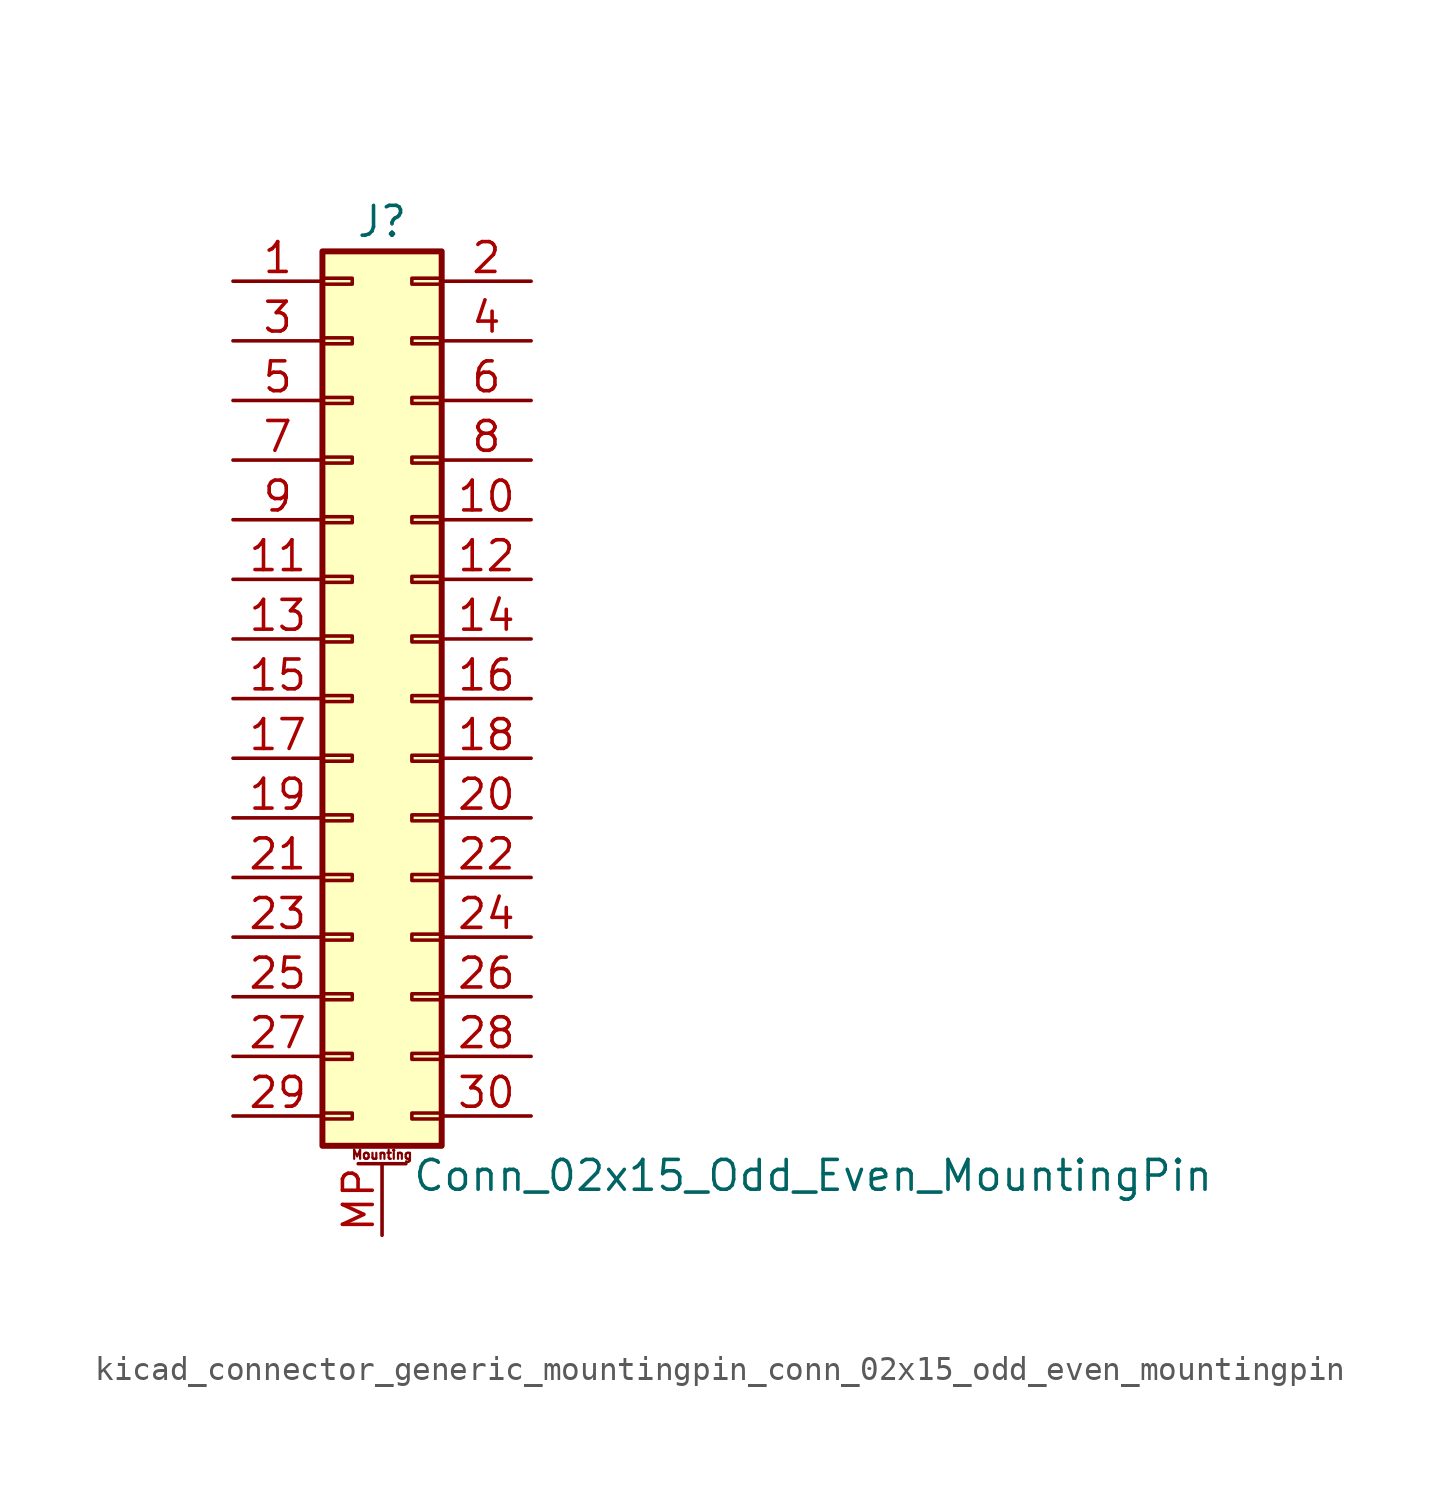
<source format=kicad_sym>
(kicad_symbol_lib
  (version 20220914)
  (generator kicad_symbol_editor)
  (symbol "kicad_connector_generic_mountingpin_conn_02x15_odd_even_mountingpin"
    (pin_names
      (offset 1.016) hide)
    (property "Reference" "J"
      (at 1.27 20.32 0)
      (effects (font (size 1.27 1.27))))
    (property "Value" "Conn_02x15_Odd_Even_MountingPin"
      (at 2.54 -20.32 0)
      (effects (font (size 1.27 1.27)) (justify left)))
    (symbol "kicad_connector_generic_mountingpin_conn_02x15_odd_even_mountingpin_1_1"
      (rectangle (start -1.27 -17.653) (end 0 -17.907) (stroke (width 0.152) (type default)) (fill (type none)))
      (rectangle (start -1.27 -15.113) (end 0 -15.367) (stroke (width 0.152) (type default)) (fill (type none)))
      (rectangle (start -1.27 -12.573) (end 0 -12.827) (stroke (width 0.152) (type default)) (fill (type none)))
      (rectangle (start -1.27 -10.033) (end 0 -10.287) (stroke (width 0.152) (type default)) (fill (type none)))
      (rectangle (start -1.27 -7.493) (end 0 -7.747) (stroke (width 0.152) (type default)) (fill (type none)))
      (rectangle (start -1.27 -4.953) (end 0 -5.207) (stroke (width 0.152) (type default)) (fill (type none)))
      (rectangle (start -1.27 -2.413) (end 0 -2.667) (stroke (width 0.152) (type default)) (fill (type none)))
      (rectangle (start -1.27 0.127) (end 0 -0.127) (stroke (width 0.152) (type default)) (fill (type none)))
      (rectangle (start -1.27 2.667) (end 0 2.413) (stroke (width 0.152) (type default)) (fill (type none)))
      (rectangle (start -1.27 5.207) (end 0 4.953) (stroke (width 0.152) (type default)) (fill (type none)))
      (rectangle (start -1.27 7.747) (end 0 7.493) (stroke (width 0.152) (type default)) (fill (type none)))
      (rectangle (start -1.27 10.287) (end 0 10.033) (stroke (width 0.152) (type default)) (fill (type none)))
      (rectangle (start -1.27 12.827) (end 0 12.573) (stroke (width 0.152) (type default)) (fill (type none)))
      (rectangle (start -1.27 15.367) (end 0 15.113) (stroke (width 0.152) (type default)) (fill (type none)))
      (rectangle (start -1.27 17.907) (end 0 17.653) (stroke (width 0.152) (type default)) (fill (type none)))
      (rectangle (start -1.27 19.05) (end 3.81 -19.05) (stroke (width 0.254) (type default)) (fill (type background)))
      (polyline (pts (xy 0.254 -19.812) (xy 2.286 -19.812)) (stroke (width 0.152) (type default)) (fill (type none)))
      (rectangle (start 3.81 -17.653) (end 2.54 -17.907) (stroke (width 0.152) (type default)) (fill (type none)))
      (rectangle (start 3.81 -15.113) (end 2.54 -15.367) (stroke (width 0.152) (type default)) (fill (type none)))
      (rectangle (start 3.81 -12.573) (end 2.54 -12.827) (stroke (width 0.152) (type default)) (fill (type none)))
      (rectangle (start 3.81 -10.033) (end 2.54 -10.287) (stroke (width 0.152) (type default)) (fill (type none)))
      (rectangle (start 3.81 -7.493) (end 2.54 -7.747) (stroke (width 0.152) (type default)) (fill (type none)))
      (rectangle (start 3.81 -4.953) (end 2.54 -5.207) (stroke (width 0.152) (type default)) (fill (type none)))
      (rectangle (start 3.81 -2.413) (end 2.54 -2.667) (stroke (width 0.152) (type default)) (fill (type none)))
      (rectangle (start 3.81 0.127) (end 2.54 -0.127) (stroke (width 0.152) (type default)) (fill (type none)))
      (rectangle (start 3.81 2.667) (end 2.54 2.413) (stroke (width 0.152) (type default)) (fill (type none)))
      (rectangle (start 3.81 5.207) (end 2.54 4.953) (stroke (width 0.152) (type default)) (fill (type none)))
      (rectangle (start 3.81 7.747) (end 2.54 7.493) (stroke (width 0.152) (type default)) (fill (type none)))
      (rectangle (start 3.81 10.287) (end 2.54 10.033) (stroke (width 0.152) (type default)) (fill (type none)))
      (rectangle (start 3.81 12.827) (end 2.54 12.573) (stroke (width 0.152) (type default)) (fill (type none)))
      (rectangle (start 3.81 15.367) (end 2.54 15.113) (stroke (width 0.152) (type default)) (fill (type none)))
      (rectangle (start 3.81 17.907) (end 2.54 17.653) (stroke (width 0.152) (type default)) (fill (type none)))
      (text "Mounting" (at 1.27 -19.431 0) (effects (font (size 0.381 0.381))))
      (pin passive line (at -5.08 17.78 0) (length 3.81) (name "Pin_1" (effects (font (size 1.27 1.27)))) (number "1" (effects (font (size 1.27 1.27)))))
      (pin passive line (at 7.62 7.62 180) (length 3.81) (name "Pin_10" (effects (font (size 1.27 1.27)))) (number "10" (effects (font (size 1.27 1.27)))))
      (pin passive line (at -5.08 5.08 0) (length 3.81) (name "Pin_11" (effects (font (size 1.27 1.27)))) (number "11" (effects (font (size 1.27 1.27)))))
      (pin passive line (at 7.62 5.08 180) (length 3.81) (name "Pin_12" (effects (font (size 1.27 1.27)))) (number "12" (effects (font (size 1.27 1.27)))))
      (pin passive line (at -5.08 2.54 0) (length 3.81) (name "Pin_13" (effects (font (size 1.27 1.27)))) (number "13" (effects (font (size 1.27 1.27)))))
      (pin passive line (at 7.62 2.54 180) (length 3.81) (name "Pin_14" (effects (font (size 1.27 1.27)))) (number "14" (effects (font (size 1.27 1.27)))))
      (pin passive line (at -5.08 0 0) (length 3.81) (name "Pin_15" (effects (font (size 1.27 1.27)))) (number "15" (effects (font (size 1.27 1.27)))))
      (pin passive line (at 7.62 0 180) (length 3.81) (name "Pin_16" (effects (font (size 1.27 1.27)))) (number "16" (effects (font (size 1.27 1.27)))))
      (pin passive line (at -5.08 -2.54 0) (length 3.81) (name "Pin_17" (effects (font (size 1.27 1.27)))) (number "17" (effects (font (size 1.27 1.27)))))
      (pin passive line (at 7.62 -2.54 180) (length 3.81) (name "Pin_18" (effects (font (size 1.27 1.27)))) (number "18" (effects (font (size 1.27 1.27)))))
      (pin passive line (at -5.08 -5.08 0) (length 3.81) (name "Pin_19" (effects (font (size 1.27 1.27)))) (number "19" (effects (font (size 1.27 1.27)))))
      (pin passive line (at 7.62 17.78 180) (length 3.81) (name "Pin_2" (effects (font (size 1.27 1.27)))) (number "2" (effects (font (size 1.27 1.27)))))
      (pin passive line (at 7.62 -5.08 180) (length 3.81) (name "Pin_20" (effects (font (size 1.27 1.27)))) (number "20" (effects (font (size 1.27 1.27)))))
      (pin passive line (at -5.08 -7.62 0) (length 3.81) (name "Pin_21" (effects (font (size 1.27 1.27)))) (number "21" (effects (font (size 1.27 1.27)))))
      (pin passive line (at 7.62 -7.62 180) (length 3.81) (name "Pin_22" (effects (font (size 1.27 1.27)))) (number "22" (effects (font (size 1.27 1.27)))))
      (pin passive line (at -5.08 -10.16 0) (length 3.81) (name "Pin_23" (effects (font (size 1.27 1.27)))) (number "23" (effects (font (size 1.27 1.27)))))
      (pin passive line (at 7.62 -10.16 180) (length 3.81) (name "Pin_24" (effects (font (size 1.27 1.27)))) (number "24" (effects (font (size 1.27 1.27)))))
      (pin passive line (at -5.08 -12.7 0) (length 3.81) (name "Pin_25" (effects (font (size 1.27 1.27)))) (number "25" (effects (font (size 1.27 1.27)))))
      (pin passive line (at 7.62 -12.7 180) (length 3.81) (name "Pin_26" (effects (font (size 1.27 1.27)))) (number "26" (effects (font (size 1.27 1.27)))))
      (pin passive line (at -5.08 -15.24 0) (length 3.81) (name "Pin_27" (effects (font (size 1.27 1.27)))) (number "27" (effects (font (size 1.27 1.27)))))
      (pin passive line (at 7.62 -15.24 180) (length 3.81) (name "Pin_28" (effects (font (size 1.27 1.27)))) (number "28" (effects (font (size 1.27 1.27)))))
      (pin passive line (at -5.08 -17.78 0) (length 3.81) (name "Pin_29" (effects (font (size 1.27 1.27)))) (number "29" (effects (font (size 1.27 1.27)))))
      (pin passive line (at -5.08 15.24 0) (length 3.81) (name "Pin_3" (effects (font (size 1.27 1.27)))) (number "3" (effects (font (size 1.27 1.27)))))
      (pin passive line (at 7.62 -17.78 180) (length 3.81) (name "Pin_30" (effects (font (size 1.27 1.27)))) (number "30" (effects (font (size 1.27 1.27)))))
      (pin passive line (at 7.62 15.24 180) (length 3.81) (name "Pin_4" (effects (font (size 1.27 1.27)))) (number "4" (effects (font (size 1.27 1.27)))))
      (pin passive line (at -5.08 12.7 0) (length 3.81) (name "Pin_5" (effects (font (size 1.27 1.27)))) (number "5" (effects (font (size 1.27 1.27)))))
      (pin passive line (at 7.62 12.7 180) (length 3.81) (name "Pin_6" (effects (font (size 1.27 1.27)))) (number "6" (effects (font (size 1.27 1.27)))))
      (pin passive line (at -5.08 10.16 0) (length 3.81) (name "Pin_7" (effects (font (size 1.27 1.27)))) (number "7" (effects (font (size 1.27 1.27)))))
      (pin passive line (at 7.62 10.16 180) (length 3.81) (name "Pin_8" (effects (font (size 1.27 1.27)))) (number "8" (effects (font (size 1.27 1.27)))))
      (pin passive line (at -5.08 7.62 0) (length 3.81) (name "Pin_9" (effects (font (size 1.27 1.27)))) (number "9" (effects (font (size 1.27 1.27)))))
      (pin passive line (at 1.27 -22.86 90) (length 3.048) (name "MountPin" (effects (font (size 1.27 1.27)))) (number "MP" (effects (font (size 1.27 1.27))))))))
</source>
